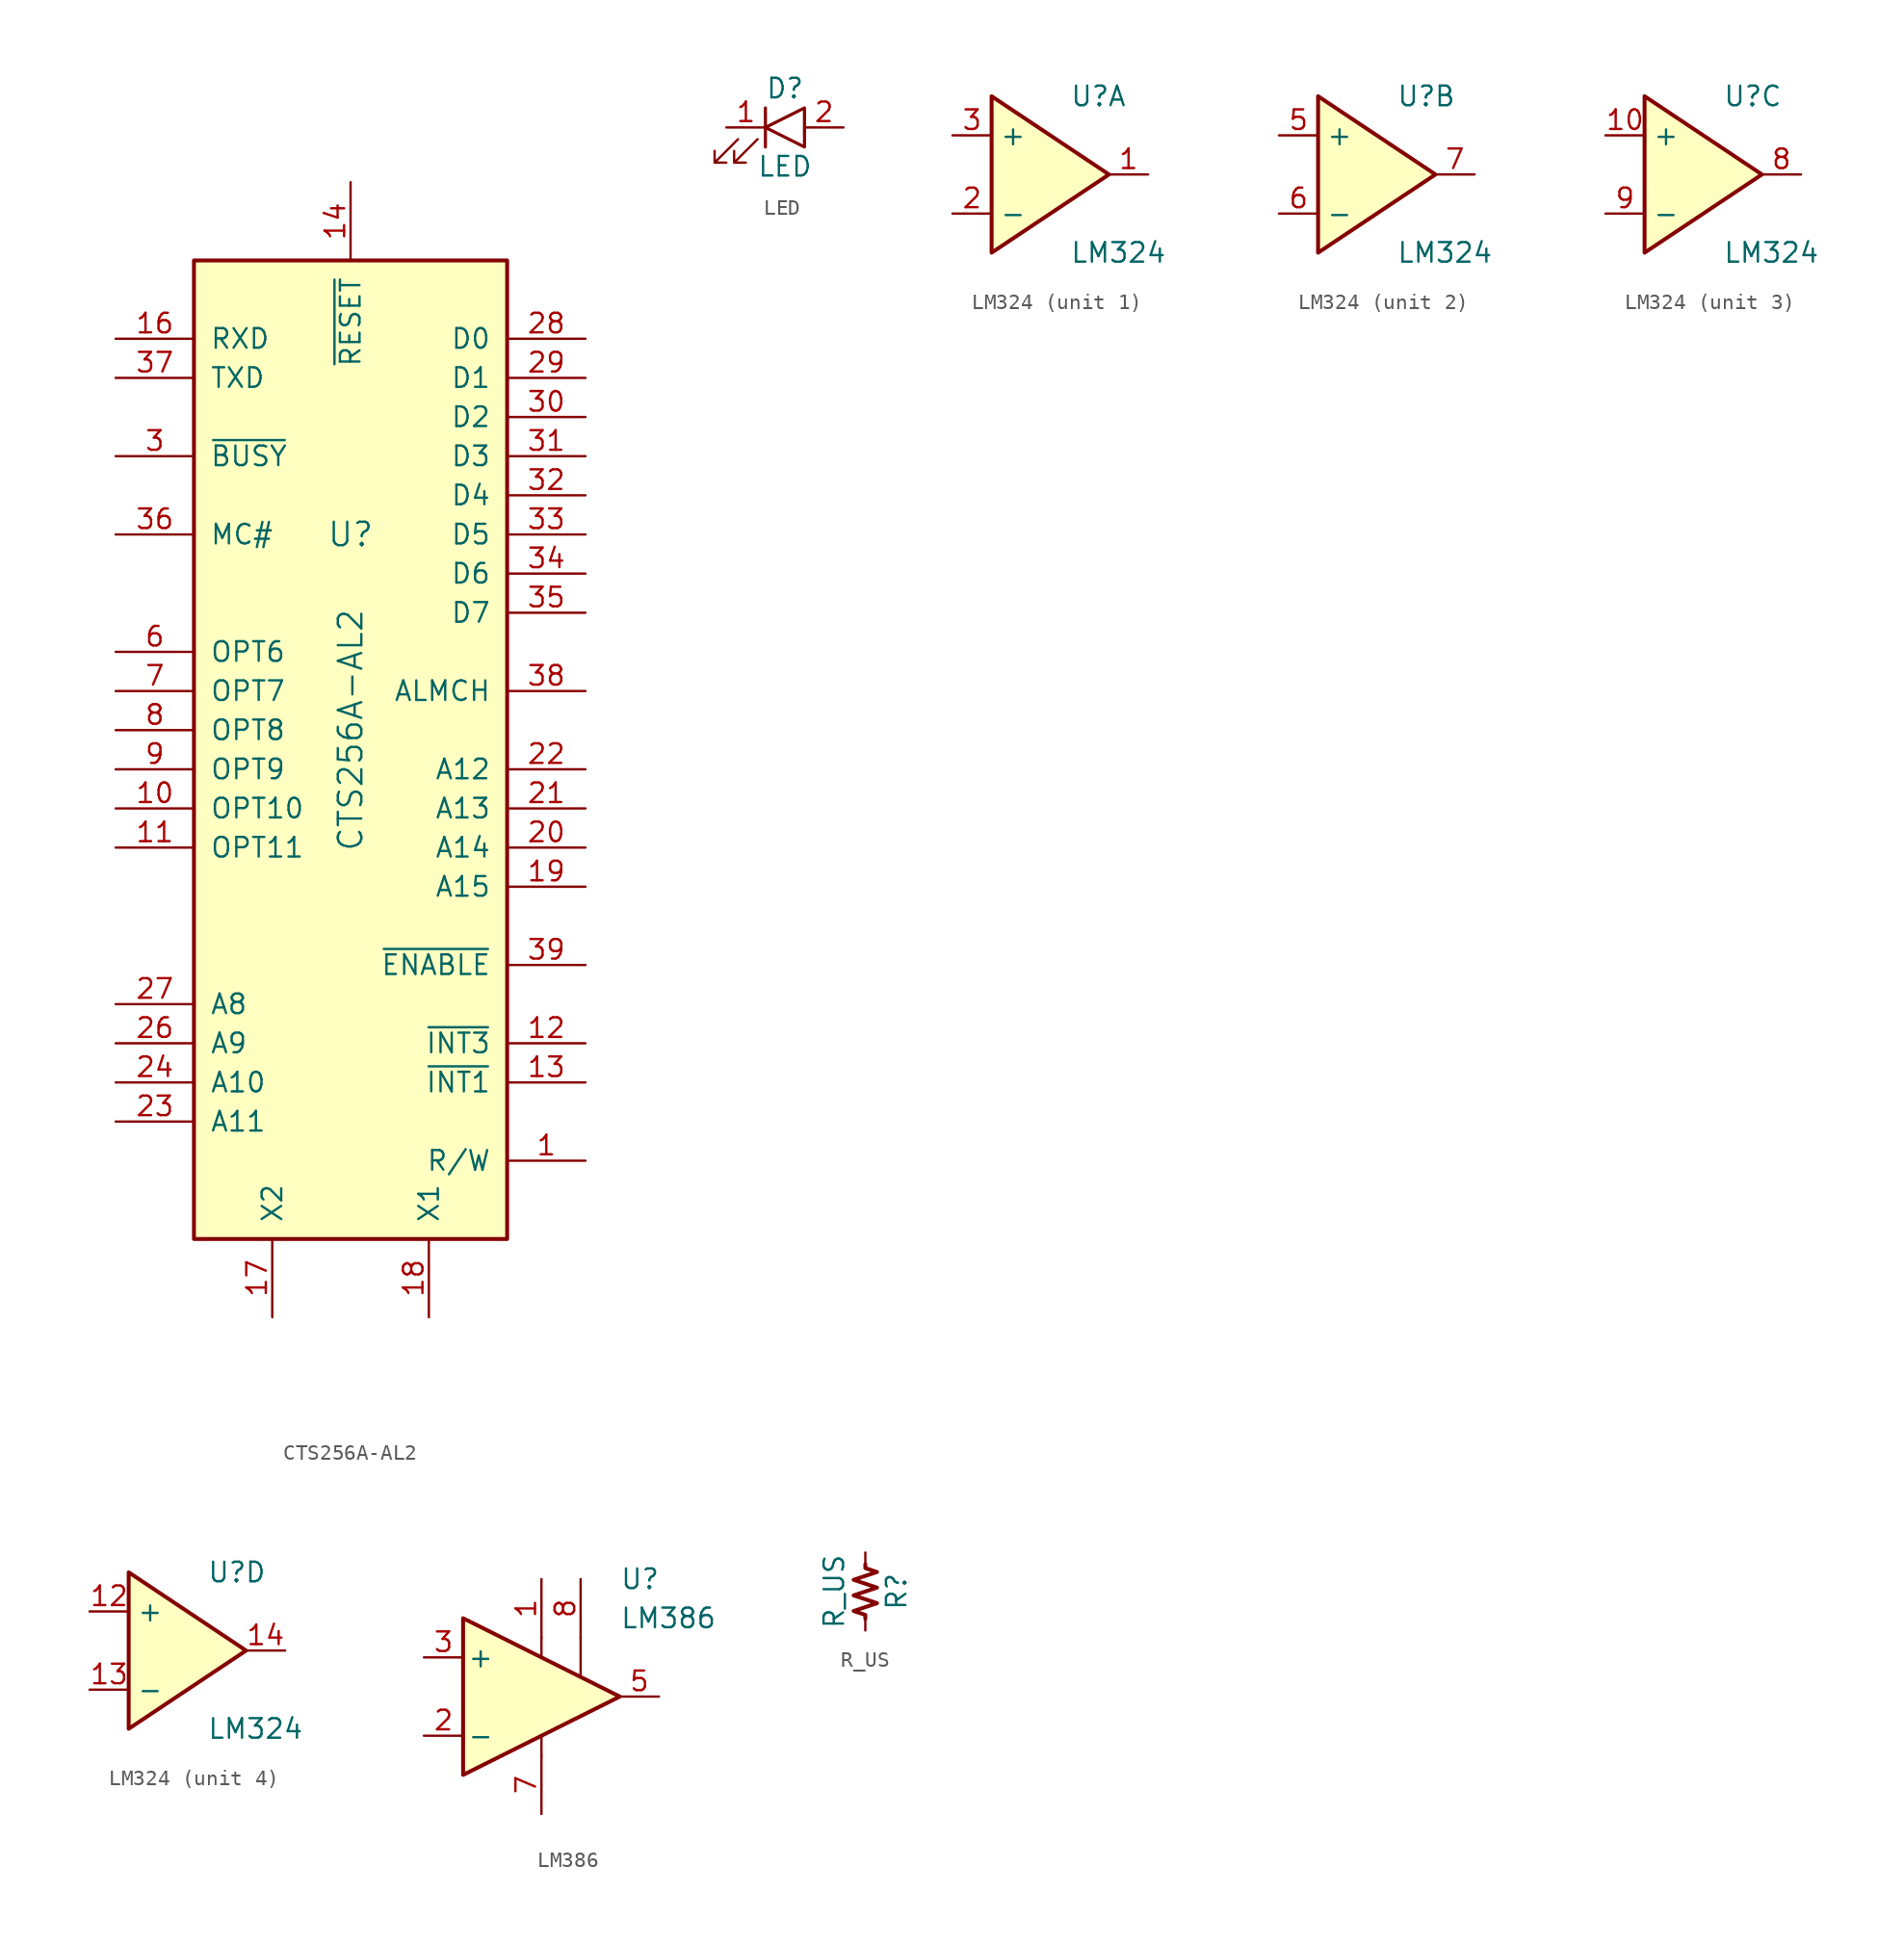
<source format=kicad_sym>
(kicad_symbol_lib
  (version 20211014)
  (generator kicad_symbol_editor)
  (symbol "CTS256A-AL2"
    (pin_names
      (offset 1.016))
    (property "Reference" "U"
      (at 0 12.7 0)
      (effects (font (size 1.524 1.524))))
    (property "Value" "CTS256A-AL2"
      (at 0 0 90)
      (effects (font (size 1.524 1.524))))
    (symbol "CTS256A-AL2_0_1"
      (rectangle (start -10.16 30.48) (end 10.16 -33.02) (stroke (width 0.254) (type default) (color 0 0 0 0)) (fill (type background))))
    (symbol "CTS256A-AL2_1_1"
      (pin output line (at 15.24 -27.94 180) (length 5.08) (name "R/W" (effects (font (size 1.27 1.27)))) (number "1" (effects (font (size 1.27 1.27)))))
      (pin input line (at -15.24 -5.08 0) (length 5.08) (name "OPT10" (effects (font (size 1.27 1.27)))) (number "10" (effects (font (size 1.27 1.27)))))
      (pin input line (at -15.24 -7.62 0) (length 5.08) (name "OPT11" (effects (font (size 1.27 1.27)))) (number "11" (effects (font (size 1.27 1.27)))))
      (pin input line (at 15.24 -20.32 180) (length 5.08) (name "~{INT3}" (effects (font (size 1.27 1.27)))) (number "12" (effects (font (size 1.27 1.27)))))
      (pin input line (at 15.24 -22.86 180) (length 5.08) (name "~{INT1}" (effects (font (size 1.27 1.27)))) (number "13" (effects (font (size 1.27 1.27)))))
      (pin input line (at 0 35.56 270) (length 5.08) (name "~{RESET}" (effects (font (size 1.27 1.27)))) (number "14" (effects (font (size 1.27 1.27)))))
      (pin input line (at -15.24 25.4 0) (length 5.08) (name "RXD" (effects (font (size 1.27 1.27)))) (number "16" (effects (font (size 1.27 1.27)))))
      (pin passive line (at -5.08 -38.1 90) (length 5.08) (name "X2" (effects (font (size 1.27 1.27)))) (number "17" (effects (font (size 1.27 1.27)))))
      (pin passive line (at 5.08 -38.1 90) (length 5.08) (name "X1" (effects (font (size 1.27 1.27)))) (number "18" (effects (font (size 1.27 1.27)))))
      (pin output line (at 15.24 -10.16 180) (length 5.08) (name "A15" (effects (font (size 1.27 1.27)))) (number "19" (effects (font (size 1.27 1.27)))))
      (pin output line (at 15.24 -7.62 180) (length 5.08) (name "A14" (effects (font (size 1.27 1.27)))) (number "20" (effects (font (size 1.27 1.27)))))
      (pin output line (at 15.24 -5.08 180) (length 5.08) (name "A13" (effects (font (size 1.27 1.27)))) (number "21" (effects (font (size 1.27 1.27)))))
      (pin output line (at 15.24 -2.54 180) (length 5.08) (name "A12" (effects (font (size 1.27 1.27)))) (number "22" (effects (font (size 1.27 1.27)))))
      (pin output line (at -15.24 -25.4 0) (length 5.08) (name "A11" (effects (font (size 1.27 1.27)))) (number "23" (effects (font (size 1.27 1.27)))))
      (pin output line (at -15.24 -22.86 0) (length 5.08) (name "A10" (effects (font (size 1.27 1.27)))) (number "24" (effects (font (size 1.27 1.27)))))
      (pin power_in line (at -5.08 30.48 270) (length 0) hide (name "VCC" (effects (font (size 1.27 1.27)))) (number "25" (effects (font (size 1.27 1.27)))))
      (pin output line (at -15.24 -20.32 0) (length 5.08) (name "A9" (effects (font (size 1.27 1.27)))) (number "26" (effects (font (size 1.27 1.27)))))
      (pin output line (at -15.24 -17.78 0) (length 5.08) (name "A8" (effects (font (size 1.27 1.27)))) (number "27" (effects (font (size 1.27 1.27)))))
      (pin bidirectional line (at 15.24 25.4 180) (length 5.08) (name "D0" (effects (font (size 1.27 1.27)))) (number "28" (effects (font (size 1.27 1.27)))))
      (pin bidirectional line (at 15.24 22.86 180) (length 5.08) (name "D1" (effects (font (size 1.27 1.27)))) (number "29" (effects (font (size 1.27 1.27)))))
      (pin output line (at -15.24 17.78 0) (length 5.08) (name "~{BUSY}" (effects (font (size 1.27 1.27)))) (number "3" (effects (font (size 1.27 1.27)))))
      (pin bidirectional line (at 15.24 20.32 180) (length 5.08) (name "D2" (effects (font (size 1.27 1.27)))) (number "30" (effects (font (size 1.27 1.27)))))
      (pin bidirectional line (at 15.24 17.78 180) (length 5.08) (name "D3" (effects (font (size 1.27 1.27)))) (number "31" (effects (font (size 1.27 1.27)))))
      (pin bidirectional line (at 15.24 15.24 180) (length 5.08) (name "D4" (effects (font (size 1.27 1.27)))) (number "32" (effects (font (size 1.27 1.27)))))
      (pin bidirectional line (at 15.24 12.7 180) (length 5.08) (name "D5" (effects (font (size 1.27 1.27)))) (number "33" (effects (font (size 1.27 1.27)))))
      (pin bidirectional line (at 15.24 10.16 180) (length 5.08) (name "D6" (effects (font (size 1.27 1.27)))) (number "34" (effects (font (size 1.27 1.27)))))
      (pin bidirectional line (at 15.24 7.62 180) (length 5.08) (name "D7" (effects (font (size 1.27 1.27)))) (number "35" (effects (font (size 1.27 1.27)))))
      (pin input line (at -15.24 12.7 0) (length 5.08) (name "MC#" (effects (font (size 1.27 1.27)))) (number "36" (effects (font (size 1.27 1.27)))))
      (pin output line (at -15.24 22.86 0) (length 5.08) (name "TXD" (effects (font (size 1.27 1.27)))) (number "37" (effects (font (size 1.27 1.27)))))
      (pin output line (at 15.24 2.54 180) (length 5.08) (name "ALMCH" (effects (font (size 1.27 1.27)))) (number "38" (effects (font (size 1.27 1.27)))))
      (pin output line (at 15.24 -15.24 180) (length 5.08) (name "~{ENABLE}" (effects (font (size 1.27 1.27)))) (number "39" (effects (font (size 1.27 1.27)))))
      (pin power_in line (at -10.16 15.24 0) (length 0) hide (name "GND" (effects (font (size 1.27 1.27)))) (number "40" (effects (font (size 1.27 1.27)))))
      (pin input line (at -15.24 5.08 0) (length 5.08) (name "OPT6" (effects (font (size 1.27 1.27)))) (number "6" (effects (font (size 1.27 1.27)))))
      (pin input line (at -15.24 2.54 0) (length 5.08) (name "OPT7" (effects (font (size 1.27 1.27)))) (number "7" (effects (font (size 1.27 1.27)))))
      (pin input line (at -15.24 0 0) (length 5.08) (name "OPT8" (effects (font (size 1.27 1.27)))) (number "8" (effects (font (size 1.27 1.27)))))
      (pin input line (at -15.24 -2.54 0) (length 5.08) (name "OPT9" (effects (font (size 1.27 1.27)))) (number "9" (effects (font (size 1.27 1.27)))))))
  (symbol "LED"
    (pin_names
      (offset 1.016) hide)
    (property "Reference" "D"
      (at 0 2.54 0)
      (effects (font (size 1.27 1.27))))
    (property "Value" "LED"
      (at 0 -2.54 0)
      (effects (font (size 1.27 1.27))))
    (property "Footprint" ""
      (at 0 0 0)
      (effects (font (size 1.27 1.27))))
    (property "Datasheet" ""
      (at 0 0 0)
      (effects (font (size 1.27 1.27))))
    (symbol "LED_0_1"
      (polyline (pts (xy -1.27 -1.27) (xy -1.27 1.27)) (stroke (width 0.203) (type default) (color 0 0 0 0)) (fill (type none)))
      (polyline (pts (xy 1.27 -1.27) (xy 1.27 1.27) (xy -1.27 0) (xy 1.27 -1.27)) (stroke (width 0.203) (type default) (color 0 0 0 0)) (fill (type none)))
      (polyline (pts (xy -3.048 -0.762) (xy -4.572 -2.286) (xy -3.81 -2.286) (xy -4.572 -2.286) (xy -4.572 -1.524)) (stroke (width 0) (type default) (color 0 0 0 0)) (fill (type none)))
      (polyline (pts (xy -1.778 -0.762) (xy -3.302 -2.286) (xy -2.54 -2.286) (xy -3.302 -2.286) (xy -3.302 -1.524)) (stroke (width 0) (type default) (color 0 0 0 0)) (fill (type none))))
    (symbol "LED_1_1"
      (pin passive line (at -3.81 0 0) (length 2.54) (name "K" (effects (font (size 1.27 1.27)))) (number "1" (effects (font (size 1.27 1.27)))))
      (pin passive line (at 3.81 0 180) (length 2.54) (name "A" (effects (font (size 1.27 1.27)))) (number "2" (effects (font (size 1.27 1.27)))))))
  (symbol "LM324"
    (property "Reference" "U"
      (at 0 5.08 0)
      (effects (font (size 1.27 1.27)) (justify left)))
    (property "Value" "LM324"
      (at 0 -5.08 0)
      (effects (font (size 1.27 1.27)) (justify left)))
    (property "Footprint" ""
      (at -1.27 2.54 0)
      (effects (font (size 1.27 1.27))))
    (property "Datasheet" ""
      (at 1.27 5.08 0)
      (effects (font (size 1.27 1.27))))
    (symbol "LM324_0_1"
      (polyline (pts (xy -5.08 5.08) (xy 2.54 0) (xy -5.08 -5.08) (xy -5.08 5.08)) (stroke (width 0.254) (type default) (color 0 0 0 0)) (fill (type background)))
      (pin power_in line (at -1.27 -2.54 90) (length 0) hide (name "V-" (effects (font (size 1.27 1.27)))) (number "11" (effects (font (size 1.27 1.27)))))
      (pin power_in line (at -1.27 2.54 270) (length 0) hide (name "V+" (effects (font (size 1.27 1.27)))) (number "4" (effects (font (size 1.27 1.27))))))
    (symbol "LM324_1_1"
      (pin output line (at 5.08 0 180) (length 2.54) (name "~" (effects (font (size 1.27 1.27)))) (number "1" (effects (font (size 1.27 1.27)))))
      (pin input line (at -7.62 -2.54 0) (length 2.54) (name "-" (effects (font (size 1.27 1.27)))) (number "2" (effects (font (size 1.27 1.27)))))
      (pin input line (at -7.62 2.54 0) (length 2.54) (name "+" (effects (font (size 1.27 1.27)))) (number "3" (effects (font (size 1.27 1.27))))))
    (symbol "LM324_2_1"
      (pin input line (at -7.62 2.54 0) (length 2.54) (name "+" (effects (font (size 1.27 1.27)))) (number "5" (effects (font (size 1.27 1.27)))))
      (pin input line (at -7.62 -2.54 0) (length 2.54) (name "-" (effects (font (size 1.27 1.27)))) (number "6" (effects (font (size 1.27 1.27)))))
      (pin output line (at 5.08 0 180) (length 2.54) (name "~" (effects (font (size 1.27 1.27)))) (number "7" (effects (font (size 1.27 1.27))))))
    (symbol "LM324_3_1"
      (pin input line (at -7.62 2.54 0) (length 2.54) (name "+" (effects (font (size 1.27 1.27)))) (number "10" (effects (font (size 1.27 1.27)))))
      (pin output line (at 5.08 0 180) (length 2.54) (name "~" (effects (font (size 1.27 1.27)))) (number "8" (effects (font (size 1.27 1.27)))))
      (pin input line (at -7.62 -2.54 0) (length 2.54) (name "-" (effects (font (size 1.27 1.27)))) (number "9" (effects (font (size 1.27 1.27))))))
    (symbol "LM324_4_1"
      (pin input line (at -7.62 2.54 0) (length 2.54) (name "+" (effects (font (size 1.27 1.27)))) (number "12" (effects (font (size 1.27 1.27)))))
      (pin input line (at -7.62 -2.54 0) (length 2.54) (name "-" (effects (font (size 1.27 1.27)))) (number "13" (effects (font (size 1.27 1.27)))))
      (pin output line (at 5.08 0 180) (length 2.54) (name "~" (effects (font (size 1.27 1.27)))) (number "14" (effects (font (size 1.27 1.27)))))))
  (symbol "LM386"
    (pin_names
      (offset 0.254))
    (property "Reference" "U"
      (at 5.08 7.62 0)
      (effects (font (size 1.27 1.27)) (justify left)))
    (property "Value" "LM386"
      (at 5.08 5.08 0)
      (effects (font (size 1.27 1.27)) (justify left)))
    (property "Footprint" ""
      (at 2.54 2.54 0)
      (effects (font (size 1.27 1.27))))
    (property "Datasheet" ""
      (at 5.08 5.08 0)
      (effects (font (size 1.27 1.27))))
    (symbol "LM386_0_1"
      (polyline (pts (xy 0 -3.81) (xy 0 -2.54)) (stroke (width 0.152) (type default) (color 0 0 0 0)) (fill (type none)))
      (polyline (pts (xy 0 3.81) (xy 0 2.54)) (stroke (width 0.152) (type default) (color 0 0 0 0)) (fill (type none)))
      (polyline (pts (xy 2.54 3.81) (xy 2.54 2.54) (xy 2.54 1.27)) (stroke (width 0) (type default) (color 0 0 0 0)) (fill (type none)))
      (polyline (pts (xy 5.08 0) (xy -5.08 5.08) (xy -5.08 -5.08) (xy 5.08 0)) (stroke (width 0.254) (type default) (color 0 0 0 0)) (fill (type background))))
    (symbol "LM386_1_1"
      (pin input line (at 0 7.62 270) (length 3.81) (name "~" (effects (font (size 1.27 1.27)))) (number "1" (effects (font (size 1.27 1.27)))))
      (pin input line (at -7.62 -2.54 0) (length 2.54) (name "-" (effects (font (size 1.27 1.27)))) (number "2" (effects (font (size 1.27 1.27)))))
      (pin input line (at -7.62 2.54 0) (length 2.54) (name "+" (effects (font (size 1.27 1.27)))) (number "3" (effects (font (size 1.27 1.27)))))
      (pin power_in line (at -2.54 -3.81 90) (length 0) hide (name "GND" (effects (font (size 1.27 1.27)))) (number "4" (effects (font (size 1.27 1.27)))))
      (pin output line (at 7.62 0 180) (length 2.54) (name "~" (effects (font (size 1.27 1.27)))) (number "5" (effects (font (size 1.27 1.27)))))
      (pin power_in line (at -2.54 3.81 270) (length 0) hide (name "V+" (effects (font (size 1.27 1.27)))) (number "6" (effects (font (size 1.27 1.27)))))
      (pin input line (at 0 -7.62 90) (length 3.81) (name "~" (effects (font (size 1.27 1.27)))) (number "7" (effects (font (size 1.27 1.27)))))
      (pin input line (at 2.54 7.62 270) (length 3.81) (name "~" (effects (font (size 1.27 1.27)))) (number "8" (effects (font (size 1.27 1.27)))))))
  (symbol "R_US"
    (pin_numbers hide)
    (pin_names
      (offset 1.016) hide)
    (property "Reference" "R"
      (at 2.032 0 90)
      (effects (font (size 1.27 1.27))))
    (property "Value" "R_US"
      (at -2.032 0 90)
      (effects (font (size 1.27 1.27))))
    (symbol "R_US_0_1"
      (polyline (pts (xy 0 -1.778) (xy 0 -1.524) (xy -0.762 -1.27) (xy 0.762 -0.762) (xy -0.762 -0.254) (xy 0.762 0.254) (xy -0.762 0.762) (xy 0.762 1.27) (xy 0 1.524) (xy 0 1.778)) (stroke (width 0.254) (type default) (color 0 0 0 0)) (fill (type none))))
    (symbol "R_US_1_1"
      (pin passive line (at 0 2.54 270) (length 0.635) (name "~" (effects (font (size 1.016 1.016)))) (number "1" (effects (font (size 1.016 1.016)))))
      (pin passive line (at 0 -2.54 90) (length 0.635) (name "~" (effects (font (size 1.016 1.016)))) (number "2" (effects (font (size 1.016 1.016))))))))
</source>
